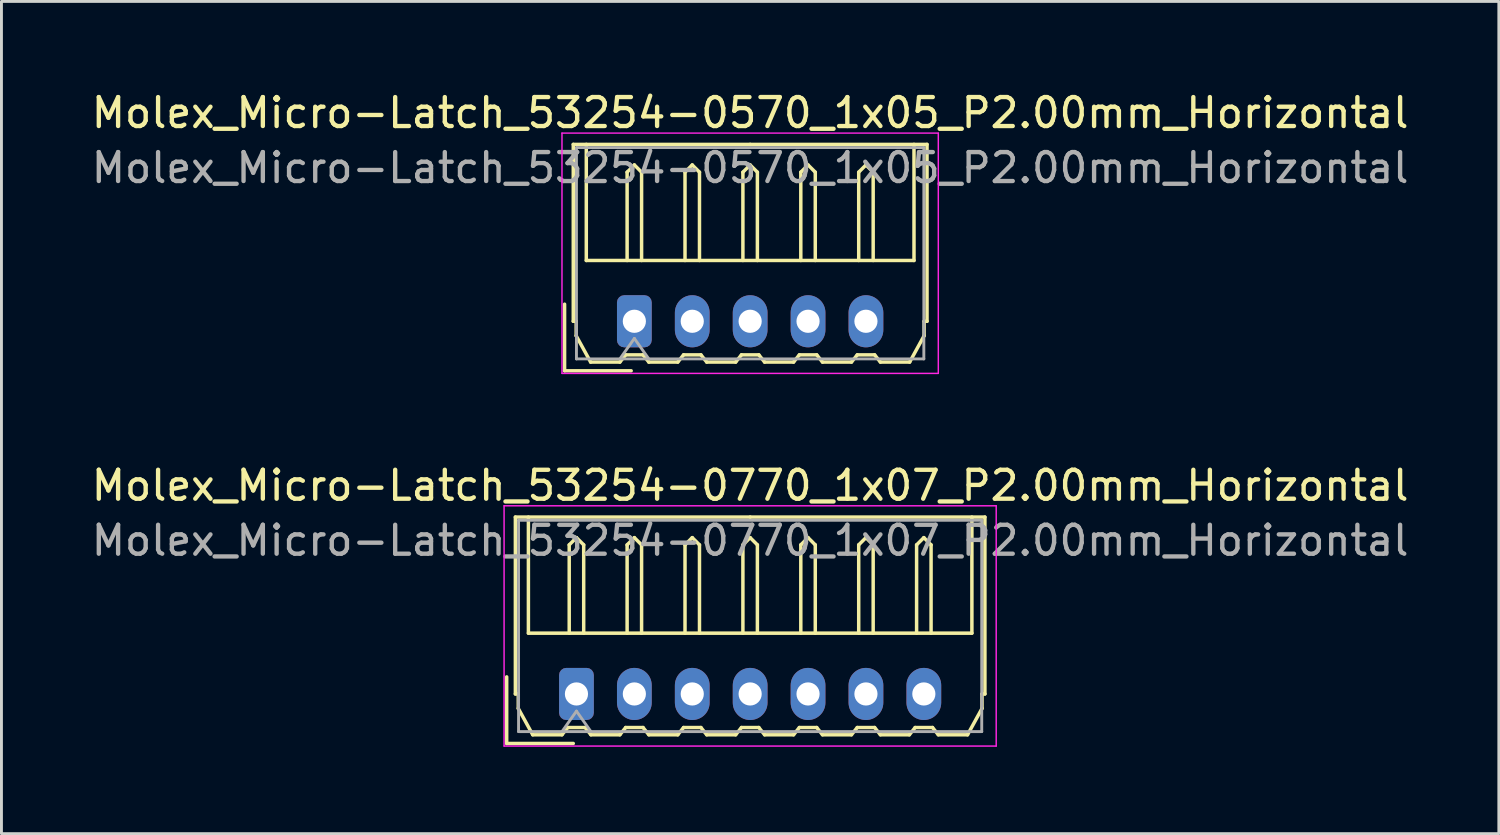
<source format=kicad_pcb>
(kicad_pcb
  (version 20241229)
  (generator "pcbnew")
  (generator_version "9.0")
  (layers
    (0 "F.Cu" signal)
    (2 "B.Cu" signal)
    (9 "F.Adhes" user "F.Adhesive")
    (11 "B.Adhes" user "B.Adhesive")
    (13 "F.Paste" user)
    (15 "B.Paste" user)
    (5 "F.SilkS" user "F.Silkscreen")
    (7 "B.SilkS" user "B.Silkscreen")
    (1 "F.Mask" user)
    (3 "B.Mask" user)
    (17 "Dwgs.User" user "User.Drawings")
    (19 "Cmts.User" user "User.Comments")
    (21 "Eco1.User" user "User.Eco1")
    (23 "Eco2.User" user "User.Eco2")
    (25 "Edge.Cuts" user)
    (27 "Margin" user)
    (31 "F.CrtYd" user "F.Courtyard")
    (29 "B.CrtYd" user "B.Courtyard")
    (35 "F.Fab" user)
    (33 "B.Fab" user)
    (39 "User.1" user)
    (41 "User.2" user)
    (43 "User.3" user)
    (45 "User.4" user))
  (footprint "Molex_Micro-Latch_53254-0770_1x07_P2.00mm_Horizontal"
    (layer "F.Cu")
    (at 16.863 20.922)
    (property "Reference" "Molex_Micro-Latch_53254-0770_1x07_P2.00mm_Horizontal" (at 6 -7.2 0) (layer "F.SilkS") (effects (font (size 1 1) (thickness 0.15))))
    (attr through_hole)
    (fp_line (start -2.41 1.71) (end -2.41 -0.59) (stroke (width 0.12) (type solid)) (layer "F.SilkS"))
    (fp_line (start -2.11 -6.11) (end 6 -6.11) (stroke (width 0.12) (type solid)) (layer "F.SilkS"))
    (fp_line (start -2.11 0) (end -2.11 -6.11) (stroke (width 0.12) (type solid)) (layer "F.SilkS"))
    (fp_line (start -2.01 0) (end -2.11 0) (stroke (width 0.12) (type solid)) (layer "F.SilkS"))
    (fp_line (start -2.01 0.5) (end -2.01 0) (stroke (width 0.12) (type solid)) (layer "F.SilkS"))
    (fp_line (start -1.66 -6.11) (end -1.66 -2.1) (stroke (width 0.12) (type solid)) (layer "F.SilkS"))
    (fp_line (start -1.66 -2.1) (end 13.66 -2.1) (stroke (width 0.12) (type solid)) (layer "F.SilkS"))
    (fp_line (start -1.51 1.41) (end -2.01 0.5) (stroke (width 0.12) (type solid)) (layer "F.SilkS"))
    (fp_line (start -0.5 1.41) (end -1.51 1.41) (stroke (width 0.12) (type solid)) (layer "F.SilkS"))
    (fp_line (start -0.3 1.16) (end -0.5 1.41) (stroke (width 0.12) (type solid)) (layer "F.SilkS"))
    (fp_line (start -0.3 1.16) (end 0.3 1.16) (stroke (width 0.12) (type solid)) (layer "F.SilkS"))
    (fp_line (start -0.25 -5.15) (end 0 -5.4) (stroke (width 0.12) (type solid)) (layer "F.SilkS"))
    (fp_line (start -0.25 -2.1) (end -0.25 -5.15) (stroke (width 0.12) (type solid)) (layer "F.SilkS"))
    (fp_line (start -0.11 1.71) (end -2.41 1.71) (stroke (width 0.12) (type solid)) (layer "F.SilkS"))
    (fp_line (start 0 -5.4) (end 0.25 -5.15) (stroke (width 0.12) (type solid)) (layer "F.SilkS"))
    (fp_line (start 0.25 -5.15) (end 0.25 -2.1) (stroke (width 0.12) (type solid)) (layer "F.SilkS"))
    (fp_line (start 0.3 1.16) (end 0.5 1.41) (stroke (width 0.12) (type solid)) (layer "F.SilkS"))
    (fp_line (start 0.5 1.41) (end 1.5 1.41) (stroke (width 0.12) (type solid)) (layer "F.SilkS"))
    (fp_line (start 1.5 1.41) (end 1.7 1.16) (stroke (width 0.12) (type solid)) (layer "F.SilkS"))
    (fp_line (start 1.7 1.16) (end 2.3 1.16) (stroke (width 0.12) (type solid)) (layer "F.SilkS"))
    (fp_line (start 1.75 -5.15) (end 2 -5.4) (stroke (width 0.12) (type solid)) (layer "F.SilkS"))
    (fp_line (start 1.75 -2.1) (end 1.75 -5.15) (stroke (width 0.12) (type solid)) (layer "F.SilkS"))
    (fp_line (start 2 -5.4) (end 2.25 -5.15) (stroke (width 0.12) (type solid)) (layer "F.SilkS"))
    (fp_line (start 2.25 -5.15) (end 2.25 -2.1) (stroke (width 0.12) (type solid)) (layer "F.SilkS"))
    (fp_line (start 2.3 1.16) (end 2.5 1.41) (stroke (width 0.12) (type solid)) (layer "F.SilkS"))
    (fp_line (start 2.5 1.41) (end 3.5 1.41) (stroke (width 0.12) (type solid)) (layer "F.SilkS"))
    (fp_line (start 3.5 1.41) (end 3.7 1.16) (stroke (width 0.12) (type solid)) (layer "F.SilkS"))
    (fp_line (start 3.7 1.16) (end 4.3 1.16) (stroke (width 0.12) (type solid)) (layer "F.SilkS"))
    (fp_line (start 3.75 -5.15) (end 4 -5.4) (stroke (width 0.12) (type solid)) (layer "F.SilkS"))
    (fp_line (start 3.75 -2.1) (end 3.75 -5.15) (stroke (width 0.12) (type solid)) (layer "F.SilkS"))
    (fp_line (start 4 -5.4) (end 4.25 -5.15) (stroke (width 0.12) (type solid)) (layer "F.SilkS"))
    (fp_line (start 4.25 -5.15) (end 4.25 -2.1) (stroke (width 0.12) (type solid)) (layer "F.SilkS"))
    (fp_line (start 4.3 1.16) (end 4.5 1.41) (stroke (width 0.12) (type solid)) (layer "F.SilkS"))
    (fp_line (start 4.5 1.41) (end 5.5 1.41) (stroke (width 0.12) (type solid)) (layer "F.SilkS"))
    (fp_line (start 5.5 1.41) (end 5.7 1.16) (stroke (width 0.12) (type solid)) (layer "F.SilkS"))
    (fp_line (start 5.7 1.16) (end 6.3 1.16) (stroke (width 0.12) (type solid)) (layer "F.SilkS"))
    (fp_line (start 5.75 -5.15) (end 6 -5.4) (stroke (width 0.12) (type solid)) (layer "F.SilkS"))
    (fp_line (start 5.75 -2.1) (end 5.75 -5.15) (stroke (width 0.12) (type solid)) (layer "F.SilkS"))
    (fp_line (start 6 -5.4) (end 6.25 -5.15) (stroke (width 0.12) (type solid)) (layer "F.SilkS"))
    (fp_line (start 6.25 -5.15) (end 6.25 -2.1) (stroke (width 0.12) (type solid)) (layer "F.SilkS"))
    (fp_line (start 6.3 1.16) (end 6.5 1.41) (stroke (width 0.12) (type solid)) (layer "F.SilkS"))
    (fp_line (start 6.5 1.41) (end 7.5 1.41) (stroke (width 0.12) (type solid)) (layer "F.SilkS"))
    (fp_line (start 7.5 1.41) (end 7.7 1.16) (stroke (width 0.12) (type solid)) (layer "F.SilkS"))
    (fp_line (start 7.7 1.16) (end 8.3 1.16) (stroke (width 0.12) (type solid)) (layer "F.SilkS"))
    (fp_line (start 7.75 -5.15) (end 8 -5.4) (stroke (width 0.12) (type solid)) (layer "F.SilkS"))
    (fp_line (start 7.75 -2.1) (end 7.75 -5.15) (stroke (width 0.12) (type solid)) (layer "F.SilkS"))
    (fp_line (start 8 -5.4) (end 8.25 -5.15) (stroke (width 0.12) (type solid)) (layer "F.SilkS"))
    (fp_line (start 8.25 -5.15) (end 8.25 -2.1) (stroke (width 0.12) (type solid)) (layer "F.SilkS"))
    (fp_line (start 8.3 1.16) (end 8.5 1.41) (stroke (width 0.12) (type solid)) (layer "F.SilkS"))
    (fp_line (start 8.5 1.41) (end 9.5 1.41) (stroke (width 0.12) (type solid)) (layer "F.SilkS"))
    (fp_line (start 9.5 1.41) (end 9.7 1.16) (stroke (width 0.12) (type solid)) (layer "F.SilkS"))
    (fp_line (start 9.7 1.16) (end 10.3 1.16) (stroke (width 0.12) (type solid)) (layer "F.SilkS"))
    (fp_line (start 9.75 -5.15) (end 10 -5.4) (stroke (width 0.12) (type solid)) (layer "F.SilkS"))
    (fp_line (start 9.75 -2.1) (end 9.75 -5.15) (stroke (width 0.12) (type solid)) (layer "F.SilkS"))
    (fp_line (start 10 -5.4) (end 10.25 -5.15) (stroke (width 0.12) (type solid)) (layer "F.SilkS"))
    (fp_line (start 10.25 -5.15) (end 10.25 -2.1) (stroke (width 0.12) (type solid)) (layer "F.SilkS"))
    (fp_line (start 10.3 1.16) (end 10.5 1.41) (stroke (width 0.12) (type solid)) (layer "F.SilkS"))
    (fp_line (start 10.5 1.41) (end 11.5 1.41) (stroke (width 0.12) (type solid)) (layer "F.SilkS"))
    (fp_line (start 11.5 1.41) (end 11.7 1.16) (stroke (width 0.12) (type solid)) (layer "F.SilkS"))
    (fp_line (start 11.7 1.16) (end 12.3 1.16) (stroke (width 0.12) (type solid)) (layer "F.SilkS"))
    (fp_line (start 11.75 -5.15) (end 12 -5.4) (stroke (width 0.12) (type solid)) (layer "F.SilkS"))
    (fp_line (start 11.75 -2.1) (end 11.75 -5.15) (stroke (width 0.12) (type solid)) (layer "F.SilkS"))
    (fp_line (start 12 -5.4) (end 12.25 -5.15) (stroke (width 0.12) (type solid)) (layer "F.SilkS"))
    (fp_line (start 12.25 -5.15) (end 12.25 -2.1) (stroke (width 0.12) (type solid)) (layer "F.SilkS"))
    (fp_line (start 12.3 1.16) (end 12.5 1.41) (stroke (width 0.12) (type solid)) (layer "F.SilkS"))
    (fp_line (start 12.5 1.41) (end 13.51 1.41) (stroke (width 0.12) (type solid)) (layer "F.SilkS"))
    (fp_line (start 13.51 1.41) (end 14.01 0.5) (stroke (width 0.12) (type solid)) (layer "F.SilkS"))
    (fp_line (start 13.66 -2.1) (end 13.66 -6.11) (stroke (width 0.12) (type solid)) (layer "F.SilkS"))
    (fp_line (start 14.01 0) (end 14.11 0) (stroke (width 0.12) (type solid)) (layer "F.SilkS"))
    (fp_line (start 14.01 0.5) (end 14.01 0) (stroke (width 0.12) (type solid)) (layer "F.SilkS"))
    (fp_line (start 14.11 -6.11) (end 6 -6.11) (stroke (width 0.12) (type solid)) (layer "F.SilkS"))
    (fp_line (start 14.11 0) (end 14.11 -6.11) (stroke (width 0.12) (type solid)) (layer "F.SilkS"))
    (fp_line (start -2.5 -6.5) (end -2.5 1.8) (stroke (width 0.05) (type solid)) (layer "F.CrtYd"))
    (fp_line (start -2.5 1.8) (end 14.5 1.8) (stroke (width 0.05) (type solid)) (layer "F.CrtYd"))
    (fp_line (start 14.5 -6.5) (end -2.5 -6.5) (stroke (width 0.05) (type solid)) (layer "F.CrtYd"))
    (fp_line (start 14.5 1.8) (end 14.5 -6.5) (stroke (width 0.05) (type solid)) (layer "F.CrtYd"))
    (fp_line (start -2 -6) (end -2 1.3) (stroke (width 0.1) (type solid)) (layer "F.Fab"))
    (fp_line (start -2 1.3) (end 14 1.3) (stroke (width 0.1) (type solid)) (layer "F.Fab"))
    (fp_line (start -0.5 1.3) (end 0 0.593) (stroke (width 0.1) (type solid)) (layer "F.Fab"))
    (fp_line (start 0 0.593) (end 0.5 1.3) (stroke (width 0.1) (type solid)) (layer "F.Fab"))
    (fp_line (start 14 -6) (end -2 -6) (stroke (width 0.1) (type solid)) (layer "F.Fab"))
    (fp_line (start 14 1.3) (end 14 -6) (stroke (width 0.1) (type solid)) (layer "F.Fab"))
    (fp_text user "${REFERENCE}" (at 6 -5.3 0) (layer "F.Fab") (effects (font (size 1 1) (thickness 0.15))))
    (pad "1" thru_hole roundrect (at 0 0) (size 1.2 1.8) (drill 0.8) (layers "*.Cu" "*.Mask") (roundrect_rratio 0.208))
    (pad "2" thru_hole oval (at 2 0) (size 1.2 1.8) (drill 0.8) (layers "*.Cu" "*.Mask"))
    (pad "3" thru_hole oval (at 4 0) (size 1.2 1.8) (drill 0.8) (layers "*.Cu" "*.Mask"))
    (pad "4" thru_hole oval (at 6 0) (size 1.2 1.8) (drill 0.8) (layers "*.Cu" "*.Mask"))
    (pad "5" thru_hole oval (at 8 0) (size 1.2 1.8) (drill 0.8) (layers "*.Cu" "*.Mask"))
    (pad "6" thru_hole oval (at 10 0) (size 1.2 1.8) (drill 0.8) (layers "*.Cu" "*.Mask"))
    (pad "7" thru_hole oval (at 12 0) (size 1.2 1.8) (drill 0.8) (layers "*.Cu" "*.Mask")))
  (footprint "Molex_Micro-Latch_53254-0570_1x05_P2.00mm_Horizontal"
    (layer "F.Cu")
    (at 18.863 8.048)
    (property "Reference" "Molex_Micro-Latch_53254-0570_1x05_P2.00mm_Horizontal" (at 4 -7.2 0) (layer "F.SilkS") (effects (font (size 1 1) (thickness 0.15))))
    (attr through_hole)
    (fp_line (start -2.41 1.71) (end -2.41 -0.59) (stroke (width 0.12) (type solid)) (layer "F.SilkS"))
    (fp_line (start -2.11 -6.11) (end 4 -6.11) (stroke (width 0.12) (type solid)) (layer "F.SilkS"))
    (fp_line (start -2.11 0) (end -2.11 -6.11) (stroke (width 0.12) (type solid)) (layer "F.SilkS"))
    (fp_line (start -2.01 0) (end -2.11 0) (stroke (width 0.12) (type solid)) (layer "F.SilkS"))
    (fp_line (start -2.01 0.5) (end -2.01 0) (stroke (width 0.12) (type solid)) (layer "F.SilkS"))
    (fp_line (start -1.66 -6.11) (end -1.66 -2.1) (stroke (width 0.12) (type solid)) (layer "F.SilkS"))
    (fp_line (start -1.66 -2.1) (end 9.66 -2.1) (stroke (width 0.12) (type solid)) (layer "F.SilkS"))
    (fp_line (start -1.51 1.41) (end -2.01 0.5) (stroke (width 0.12) (type solid)) (layer "F.SilkS"))
    (fp_line (start -0.5 1.41) (end -1.51 1.41) (stroke (width 0.12) (type solid)) (layer "F.SilkS"))
    (fp_line (start -0.3 1.16) (end -0.5 1.41) (stroke (width 0.12) (type solid)) (layer "F.SilkS"))
    (fp_line (start -0.3 1.16) (end 0.3 1.16) (stroke (width 0.12) (type solid)) (layer "F.SilkS"))
    (fp_line (start -0.25 -5.15) (end 0 -5.4) (stroke (width 0.12) (type solid)) (layer "F.SilkS"))
    (fp_line (start -0.25 -2.1) (end -0.25 -5.15) (stroke (width 0.12) (type solid)) (layer "F.SilkS"))
    (fp_line (start -0.11 1.71) (end -2.41 1.71) (stroke (width 0.12) (type solid)) (layer "F.SilkS"))
    (fp_line (start 0 -5.4) (end 0.25 -5.15) (stroke (width 0.12) (type solid)) (layer "F.SilkS"))
    (fp_line (start 0.25 -5.15) (end 0.25 -2.1) (stroke (width 0.12) (type solid)) (layer "F.SilkS"))
    (fp_line (start 0.3 1.16) (end 0.5 1.41) (stroke (width 0.12) (type solid)) (layer "F.SilkS"))
    (fp_line (start 0.5 1.41) (end 1.5 1.41) (stroke (width 0.12) (type solid)) (layer "F.SilkS"))
    (fp_line (start 1.5 1.41) (end 1.7 1.16) (stroke (width 0.12) (type solid)) (layer "F.SilkS"))
    (fp_line (start 1.7 1.16) (end 2.3 1.16) (stroke (width 0.12) (type solid)) (layer "F.SilkS"))
    (fp_line (start 1.75 -5.15) (end 2 -5.4) (stroke (width 0.12) (type solid)) (layer "F.SilkS"))
    (fp_line (start 1.75 -2.1) (end 1.75 -5.15) (stroke (width 0.12) (type solid)) (layer "F.SilkS"))
    (fp_line (start 2 -5.4) (end 2.25 -5.15) (stroke (width 0.12) (type solid)) (layer "F.SilkS"))
    (fp_line (start 2.25 -5.15) (end 2.25 -2.1) (stroke (width 0.12) (type solid)) (layer "F.SilkS"))
    (fp_line (start 2.3 1.16) (end 2.5 1.41) (stroke (width 0.12) (type solid)) (layer "F.SilkS"))
    (fp_line (start 2.5 1.41) (end 3.5 1.41) (stroke (width 0.12) (type solid)) (layer "F.SilkS"))
    (fp_line (start 3.5 1.41) (end 3.7 1.16) (stroke (width 0.12) (type solid)) (layer "F.SilkS"))
    (fp_line (start 3.7 1.16) (end 4.3 1.16) (stroke (width 0.12) (type solid)) (layer "F.SilkS"))
    (fp_line (start 3.75 -5.15) (end 4 -5.4) (stroke (width 0.12) (type solid)) (layer "F.SilkS"))
    (fp_line (start 3.75 -2.1) (end 3.75 -5.15) (stroke (width 0.12) (type solid)) (layer "F.SilkS"))
    (fp_line (start 4 -5.4) (end 4.25 -5.15) (stroke (width 0.12) (type solid)) (layer "F.SilkS"))
    (fp_line (start 4.25 -5.15) (end 4.25 -2.1) (stroke (width 0.12) (type solid)) (layer "F.SilkS"))
    (fp_line (start 4.3 1.16) (end 4.5 1.41) (stroke (width 0.12) (type solid)) (layer "F.SilkS"))
    (fp_line (start 4.5 1.41) (end 5.5 1.41) (stroke (width 0.12) (type solid)) (layer "F.SilkS"))
    (fp_line (start 5.5 1.41) (end 5.7 1.16) (stroke (width 0.12) (type solid)) (layer "F.SilkS"))
    (fp_line (start 5.7 1.16) (end 6.3 1.16) (stroke (width 0.12) (type solid)) (layer "F.SilkS"))
    (fp_line (start 5.75 -5.15) (end 6 -5.4) (stroke (width 0.12) (type solid)) (layer "F.SilkS"))
    (fp_line (start 5.75 -2.1) (end 5.75 -5.15) (stroke (width 0.12) (type solid)) (layer "F.SilkS"))
    (fp_line (start 6 -5.4) (end 6.25 -5.15) (stroke (width 0.12) (type solid)) (layer "F.SilkS"))
    (fp_line (start 6.25 -5.15) (end 6.25 -2.1) (stroke (width 0.12) (type solid)) (layer "F.SilkS"))
    (fp_line (start 6.3 1.16) (end 6.5 1.41) (stroke (width 0.12) (type solid)) (layer "F.SilkS"))
    (fp_line (start 6.5 1.41) (end 7.5 1.41) (stroke (width 0.12) (type solid)) (layer "F.SilkS"))
    (fp_line (start 7.5 1.41) (end 7.7 1.16) (stroke (width 0.12) (type solid)) (layer "F.SilkS"))
    (fp_line (start 7.7 1.16) (end 8.3 1.16) (stroke (width 0.12) (type solid)) (layer "F.SilkS"))
    (fp_line (start 7.75 -5.15) (end 8 -5.4) (stroke (width 0.12) (type solid)) (layer "F.SilkS"))
    (fp_line (start 7.75 -2.1) (end 7.75 -5.15) (stroke (width 0.12) (type solid)) (layer "F.SilkS"))
    (fp_line (start 8 -5.4) (end 8.25 -5.15) (stroke (width 0.12) (type solid)) (layer "F.SilkS"))
    (fp_line (start 8.25 -5.15) (end 8.25 -2.1) (stroke (width 0.12) (type solid)) (layer "F.SilkS"))
    (fp_line (start 8.3 1.16) (end 8.5 1.41) (stroke (width 0.12) (type solid)) (layer "F.SilkS"))
    (fp_line (start 8.5 1.41) (end 9.51 1.41) (stroke (width 0.12) (type solid)) (layer "F.SilkS"))
    (fp_line (start 9.51 1.41) (end 10.01 0.5) (stroke (width 0.12) (type solid)) (layer "F.SilkS"))
    (fp_line (start 9.66 -2.1) (end 9.66 -6.11) (stroke (width 0.12) (type solid)) (layer "F.SilkS"))
    (fp_line (start 10.01 0) (end 10.11 0) (stroke (width 0.12) (type solid)) (layer "F.SilkS"))
    (fp_line (start 10.01 0.5) (end 10.01 0) (stroke (width 0.12) (type solid)) (layer "F.SilkS"))
    (fp_line (start 10.11 -6.11) (end 4 -6.11) (stroke (width 0.12) (type solid)) (layer "F.SilkS"))
    (fp_line (start 10.11 0) (end 10.11 -6.11) (stroke (width 0.12) (type solid)) (layer "F.SilkS"))
    (fp_line (start -2.5 -6.5) (end -2.5 1.8) (stroke (width 0.05) (type solid)) (layer "F.CrtYd"))
    (fp_line (start -2.5 1.8) (end 10.5 1.8) (stroke (width 0.05) (type solid)) (layer "F.CrtYd"))
    (fp_line (start 10.5 -6.5) (end -2.5 -6.5) (stroke (width 0.05) (type solid)) (layer "F.CrtYd"))
    (fp_line (start 10.5 1.8) (end 10.5 -6.5) (stroke (width 0.05) (type solid)) (layer "F.CrtYd"))
    (fp_line (start -2 -6) (end -2 1.3) (stroke (width 0.1) (type solid)) (layer "F.Fab"))
    (fp_line (start -2 1.3) (end 10 1.3) (stroke (width 0.1) (type solid)) (layer "F.Fab"))
    (fp_line (start -0.5 1.3) (end 0 0.593) (stroke (width 0.1) (type solid)) (layer "F.Fab"))
    (fp_line (start 0 0.593) (end 0.5 1.3) (stroke (width 0.1) (type solid)) (layer "F.Fab"))
    (fp_line (start 10 -6) (end -2 -6) (stroke (width 0.1) (type solid)) (layer "F.Fab"))
    (fp_line (start 10 1.3) (end 10 -6) (stroke (width 0.1) (type solid)) (layer "F.Fab"))
    (fp_text user "${REFERENCE}" (at 4 -5.3 0) (layer "F.Fab") (effects (font (size 1 1) (thickness 0.15))))
    (pad "1" thru_hole roundrect (at 0 0) (size 1.2 1.8) (drill 0.8) (layers "*.Cu" "*.Mask") (roundrect_rratio 0.208))
    (pad "2" thru_hole oval (at 2 0) (size 1.2 1.8) (drill 0.8) (layers "*.Cu" "*.Mask"))
    (pad "3" thru_hole oval (at 4 0) (size 1.2 1.8) (drill 0.8) (layers "*.Cu" "*.Mask"))
    (pad "4" thru_hole oval (at 6 0) (size 1.2 1.8) (drill 0.8) (layers "*.Cu" "*.Mask"))
    (pad "5" thru_hole oval (at 8 0) (size 1.2 1.8) (drill 0.8) (layers "*.Cu" "*.Mask")))
  (gr_rect
    (start -3 -3)
    (end 48.726 25.747)
    (stroke (width 0.1) (type default))
    (fill no)
    (layer "Edge.Cuts")))
</source>
